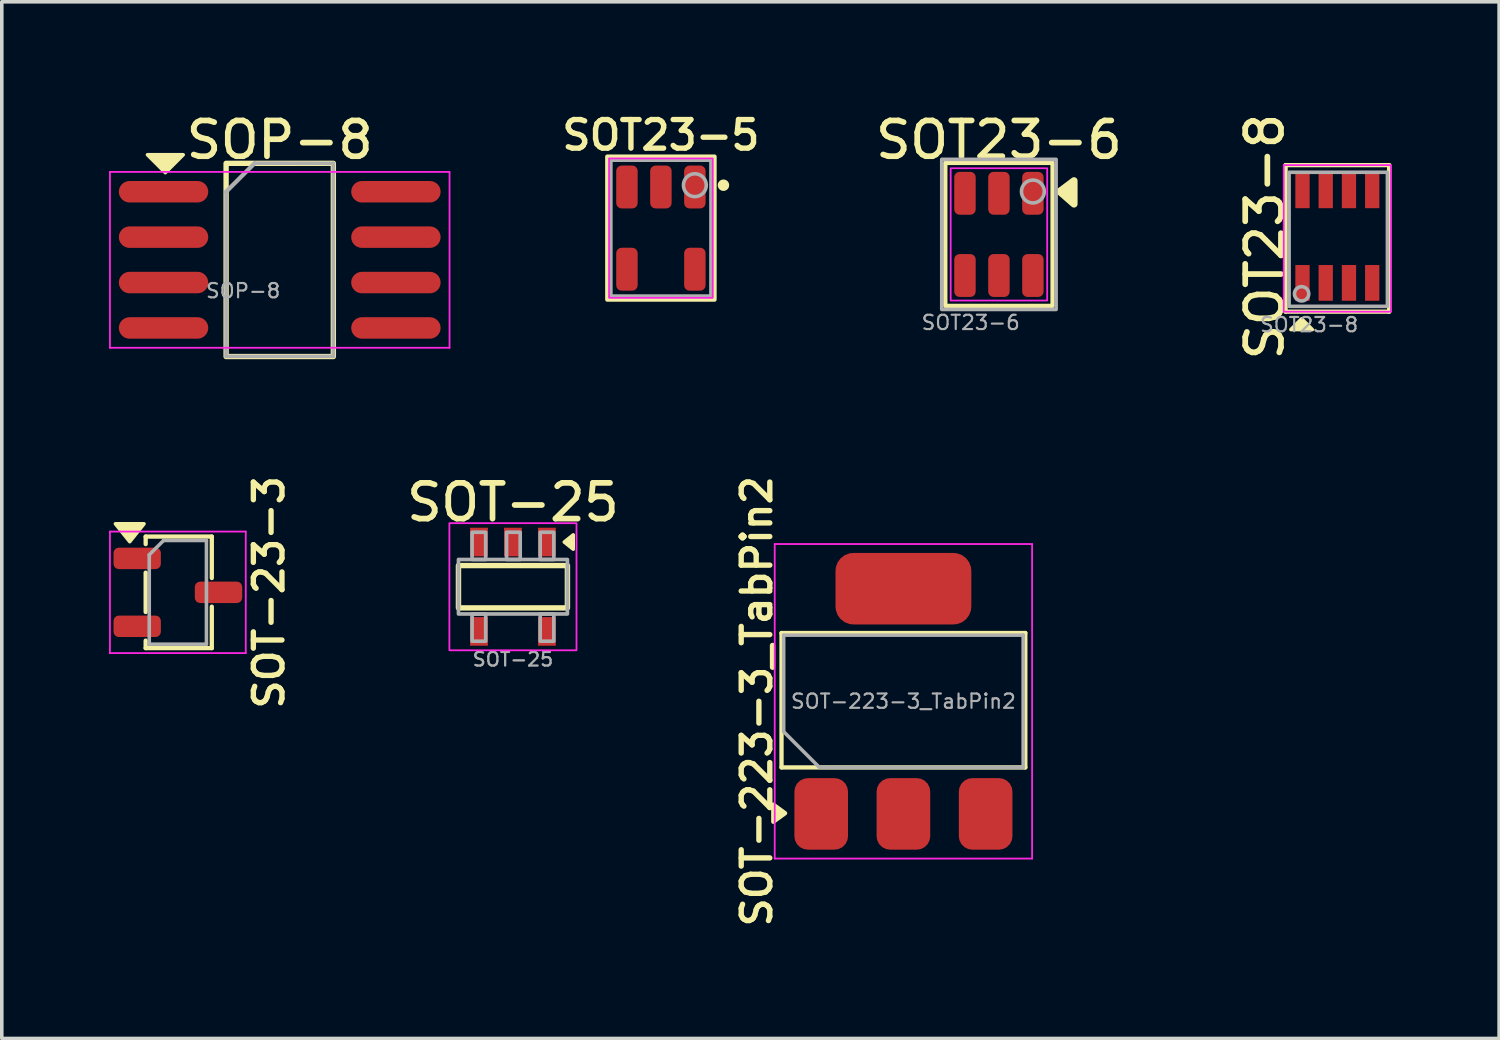
<source format=kicad_pcb>
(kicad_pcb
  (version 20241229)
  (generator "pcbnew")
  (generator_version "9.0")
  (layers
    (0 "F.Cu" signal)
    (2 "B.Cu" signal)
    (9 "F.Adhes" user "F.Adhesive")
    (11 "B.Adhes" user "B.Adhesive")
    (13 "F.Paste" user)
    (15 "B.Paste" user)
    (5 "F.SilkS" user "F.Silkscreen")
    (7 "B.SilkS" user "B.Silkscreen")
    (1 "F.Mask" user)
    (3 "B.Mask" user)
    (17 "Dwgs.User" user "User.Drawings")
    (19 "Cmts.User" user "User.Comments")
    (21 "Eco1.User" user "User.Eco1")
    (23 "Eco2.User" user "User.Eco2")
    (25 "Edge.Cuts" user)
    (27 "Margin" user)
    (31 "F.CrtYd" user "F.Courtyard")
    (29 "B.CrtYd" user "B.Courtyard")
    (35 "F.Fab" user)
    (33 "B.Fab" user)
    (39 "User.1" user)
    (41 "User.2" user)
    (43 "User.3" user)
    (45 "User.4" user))
  (footprint "SOT23-6"
    (layer "F.Cu")
    (at 24.894 3.507)
    (property "Reference" "SOT23-6" (at 0 -2.642 0) (unlocked yes) (layer "F.SilkS") (effects (font (size 1 1) (thickness 0.16) (bold yes))))
    (attr smd)
    (fp_rect (start -1.5 -2) (end 1.5 2) (stroke (width 0.12) (type default)) (fill no) (layer "F.SilkS"))
    (fp_poly (pts (xy 1.7 -1.2) (xy 2.1 -1.5) (xy 2.1 -0.85)) (stroke (width 0.2) (type solid)) (fill yes) (layer "F.SilkS"))
    (fp_rect (start -1.35 -1.85) (end 1.35 1.85) (stroke (width 0.05) (type default)) (fill no) (layer "F.CrtYd"))
    (fp_rect (start -1.6 -2.1) (end 1.6 2.1) (stroke (width 0.1) (type default)) (fill no) (layer "F.Fab"))
    (fp_circle (center 0.95 -1.2) (end 1.27 -1.2) (stroke (width 0.1) (type solid)) (fill no) (layer "F.Fab"))
    (fp_text user "${REFERENCE}" (at -2.2 2.7 0) (unlocked yes) (layer "F.Fab") (effects (font (size 0.4 0.4) (thickness 0.06)) (justify left bottom)))
    (pad "1" smd roundrect (at 0.95 -1.15) (size 0.6 1.2) (layers "F.Cu" "F.Mask" "F.Paste") (roundrect_rratio 0.25))
    (pad "2" smd roundrect (at 0 -1.15) (size 0.6 1.2) (layers "F.Cu" "F.Mask" "F.Paste") (roundrect_rratio 0.25))
    (pad "3" smd roundrect (at -0.95 -1.15) (size 0.6 1.2) (layers "F.Cu" "F.Mask" "F.Paste") (roundrect_rratio 0.25))
    (pad "4" smd roundrect (at -0.95 1.15) (size 0.6 1.2) (layers "F.Cu" "F.Mask" "F.Paste") (roundrect_rratio 0.25))
    (pad "5" smd roundrect (at 0 1.15) (size 0.6 1.2) (layers "F.Cu" "F.Mask" "F.Paste") (roundrect_rratio 0.25))
    (pad "6" smd roundrect (at 0.95 1.15) (size 0.6 1.2) (layers "F.Cu" "F.Mask" "F.Paste") (roundrect_rratio 0.25)))
  (footprint "SOT-223-3_TabPin2"
    (layer "F.Cu")
    (at 22.222 16.568)
    (property "Reference" "SOT-223-3_TabPin2" (at -4.1 0 90) (layer "F.SilkS") (effects (font (size 0.8 0.8) (thickness 0.15) (bold yes))))
    (attr smd)
    (fp_line (start -3.41 -1.91) (end 3.41 -1.91) (stroke (width 0.12) (type solid)) (layer "F.SilkS"))
    (fp_line (start -3.41 1.85) (end -3.41 -1.91) (stroke (width 0.12) (type solid)) (layer "F.SilkS"))
    (fp_line (start 3.41 1.85) (end -3.41 1.85) (stroke (width 0.12) (type solid)) (layer "F.SilkS"))
    (fp_line (start 3.41 1.85) (end 3.41 -1.91) (stroke (width 0.12) (type solid)) (layer "F.SilkS"))
    (fp_poly (pts (xy -3.31 3.13) (xy -3.64 3.37) (xy -3.64 2.89) (xy -3.31 3.13)) (stroke (width 0.12) (type solid)) (fill yes) (layer "F.SilkS"))
    (fp_line (start -3.6 -4.4) (end -3.6 4.4) (stroke (width 0.05) (type solid)) (layer "F.CrtYd"))
    (fp_line (start -3.6 4.4) (end 3.6 4.4) (stroke (width 0.05) (type solid)) (layer "F.CrtYd"))
    (fp_line (start 3.6 -4.4) (end -3.6 -4.4) (stroke (width 0.05) (type solid)) (layer "F.CrtYd"))
    (fp_line (start 3.6 4.4) (end 3.6 -4.4) (stroke (width 0.05) (type solid)) (layer "F.CrtYd"))
    (fp_line (start -3.35 -1.85) (end 3.35 -1.85) (stroke (width 0.1) (type solid)) (layer "F.Fab"))
    (fp_line (start -3.35 0.85) (end -3.35 -1.85) (stroke (width 0.1) (type solid)) (layer "F.Fab"))
    (fp_line (start -2.35 1.85) (end -3.35 0.85) (stroke (width 0.1) (type solid)) (layer "F.Fab"))
    (fp_line (start -2.35 1.85) (end 3.35 1.85) (stroke (width 0.1) (type solid)) (layer "F.Fab"))
    (fp_line (start 3.35 1.85) (end 3.35 -1.85) (stroke (width 0.1) (type solid)) (layer "F.Fab"))
    (fp_text user "${REFERENCE}" (at 0 0 180) (layer "F.Fab") (effects (font (size 0.4 0.4) (thickness 0.06))))
    (pad "1" smd roundrect (at -2.3 3.15 90) (size 2 1.5) (layers "F.Cu" "F.Mask" "F.Paste") (roundrect_rratio 0.25))
    (pad "2" smd roundrect (at 0 -3.15 90) (size 2 3.8) (layers "F.Cu" "F.Mask" "F.Paste") (roundrect_rratio 0.25))
    (pad "2" smd roundrect (at 0 3.15 90) (size 2 1.5) (layers "F.Cu" "F.Mask" "F.Paste") (roundrect_rratio 0.25))
    (pad "3" smd roundrect (at 2.3 3.15 90) (size 2 1.5) (layers "F.Cu" "F.Mask" "F.Paste") (roundrect_rratio 0.25)))
  (footprint "SOT-25"
    (layer "F.Cu")
    (at 11.299 13.363)
    (property "Reference" "SOT-25" (at 0 -2.36 0) (unlocked yes) (layer "F.SilkS") (effects (font (size 1 1) (thickness 0.16))))
    (attr smd)
    (fp_rect (start -1.524 -0.592) (end 1.524 0.592) (stroke (width 0.152) (type default)) (fill no) (layer "F.SilkS"))
    (fp_poly (pts (xy 1.436 -1.25) (xy 1.686 -1.05) (xy 1.686 -1.45)) (stroke (width 0.1) (type solid)) (fill yes) (layer "F.SilkS"))
    (fp_rect (start -1.778 -1.778) (end 1.778 1.778) (stroke (width 0.05) (type default)) (fill no) (layer "F.CrtYd"))
    (fp_rect (start -1.524 -0.762) (end 1.524 0.762) (stroke (width 0.102) (type solid)) (fill no) (layer "F.Fab"))
    (fp_rect (start -1.143 -1.524) (end -0.762 -0.762) (stroke (width 0.102) (type default)) (fill no) (layer "F.Fab"))
    (fp_rect (start -1.143 0.762) (end -0.762 1.524) (stroke (width 0.102) (type default)) (fill no) (layer "F.Fab"))
    (fp_rect (start -0.178 -1.524) (end 0.203 -0.762) (stroke (width 0.102) (type default)) (fill no) (layer "F.Fab"))
    (fp_rect (start 0.762 -1.524) (end 1.143 -0.762) (stroke (width 0.102) (type default)) (fill no) (layer "F.Fab"))
    (fp_rect (start 0.762 0.762) (end 1.143 1.524) (stroke (width 0.102) (type default)) (fill no) (layer "F.Fab"))
    (fp_text user "${REFERENCE}" (at 0 2.032 0) (unlocked yes) (layer "F.Fab") (effects (font (size 0.381 0.381) (thickness 0.064) (bold yes))))
    (pad "1" smd rect (at 0.95 -1.25 180) (size 0.5 0.8) (layers "F.Cu" "F.Mask" "F.Paste"))
    (pad "2" smd rect (at 0 -1.25 180) (size 0.5 0.8) (layers "F.Cu" "F.Mask" "F.Paste"))
    (pad "3" smd rect (at -0.95 -1.25 180) (size 0.5 0.8) (layers "F.Cu" "F.Mask" "F.Paste"))
    (pad "4" smd rect (at -0.95 1.25 180) (size 0.5 0.8) (layers "F.Cu" "F.Mask" "F.Paste"))
    (pad "5" smd rect (at 0.95 1.25 180) (size 0.5 0.8) (layers "F.Cu" "F.Mask" "F.Paste")))
  (footprint "SOT23-5"
    (layer "F.Cu")
    (at 15.438 3.331)
    (property "Reference" "SOT23-5" (at 0 -2.6 0) (unlocked yes) (layer "F.SilkS") (effects (font (size 0.8 0.8) (thickness 0.15))))
    (attr smd)
    (fp_rect (start -1.5 -2) (end 1.5 2) (stroke (width 0.12) (type default)) (fill no) (layer "F.SilkS"))
    (fp_circle (center 1.75 -1.2) (end 1.85 -1.2) (stroke (width 0.12) (type solid)) (fill yes) (layer "F.SilkS"))
    (fp_rect (start -1.45 -1.95) (end 1.45 1.95) (stroke (width 0.05) (type default)) (fill no) (layer "F.CrtYd"))
    (fp_rect (start -1.4 -1.9) (end 1.4 1.9) (stroke (width 0.1) (type default)) (fill no) (layer "F.Fab"))
    (fp_circle (center 0.95 -1.2) (end 1.27 -1.2) (stroke (width 0.1) (type solid)) (fill no) (layer "F.Fab"))
    (pad "1" smd roundrect (at 0.95 -1.15) (size 0.6 1.2) (layers "F.Cu" "F.Mask" "F.Paste") (roundrect_rratio 0.25))
    (pad "2" smd roundrect (at 0 -1.15) (size 0.6 1.2) (layers "F.Cu" "F.Mask" "F.Paste") (roundrect_rratio 0.25))
    (pad "3" smd roundrect (at -0.95 -1.15) (size 0.6 1.2) (layers "F.Cu" "F.Mask" "F.Paste") (roundrect_rratio 0.25))
    (pad "4" smd roundrect (at -0.95 1.15) (size 0.6 1.2) (layers "F.Cu" "F.Mask" "F.Paste") (roundrect_rratio 0.25))
    (pad "5" smd roundrect (at 0.95 1.15) (size 0.6 1.2) (layers "F.Cu" "F.Mask" "F.Paste") (roundrect_rratio 0.25)))
  (footprint "SOT23-8"
    (layer "F.Cu")
    (at 34.361 3.569)
    (property "Reference" "SOT23-8" (at -2.032 0 90) (layer "F.SilkS") (effects (font (size 1 1) (thickness 0.16))))
    (attr smd)
    (fp_line (start -1.448 -2) (end 1.448 -2) (stroke (width 0.12) (type default)) (layer "F.SilkS"))
    (fp_line (start -1.448 2.1) (end -1.448 -2) (stroke (width 0.12) (type default)) (layer "F.SilkS"))
    (fp_line (start 1.448 -2) (end 1.448 2.1) (stroke (width 0.12) (type default)) (layer "F.SilkS"))
    (fp_line (start 1.448 2.1) (end -1.448 2.1) (stroke (width 0.12) (type default)) (layer "F.SilkS"))
    (fp_poly (pts (xy -1 2.3) (xy -1.3 2.6) (xy -0.7 2.6)) (stroke (width 0.1) (type solid)) (fill yes) (layer "F.SilkS"))
    (fp_rect (start -1.5 -2) (end 1.5 2.1) (stroke (width 0.05) (type default)) (fill no) (layer "F.CrtYd"))
    (fp_rect (start -1.35 -1.8) (end 1.4 1.95) (stroke (width 0.1) (type default)) (fill no) (layer "F.Fab"))
    (fp_circle (center -1 1.6) (end -0.8 1.6) (stroke (width 0.1) (type solid)) (fill no) (layer "F.Fab"))
    (fp_text user "${REFERENCE}" (at -2.2 2.7 0) (unlocked yes) (layer "F.Fab") (effects (font (size 0.4 0.4) (thickness 0.06)) (justify left bottom)))
    (pad "1" smd rect (at -0.975 1.295) (size 0.4 1) (layers "F.Cu" "F.Mask" "F.Paste"))
    (pad "2" smd rect (at -0.325 1.295) (size 0.4 1) (layers "F.Cu" "F.Mask" "F.Paste"))
    (pad "3" smd rect (at 0.325 1.295) (size 0.4 1) (layers "F.Cu" "F.Mask" "F.Paste"))
    (pad "4" smd rect (at 0.975 1.295) (size 0.4 1) (layers "F.Cu" "F.Mask" "F.Paste"))
    (pad "5" smd rect (at 0.975 -1.295) (size 0.4 1) (layers "F.Cu" "F.Mask" "F.Paste"))
    (pad "6" smd rect (at 0.325 -1.295) (size 0.4 1) (layers "F.Cu" "F.Mask" "F.Paste"))
    (pad "7" smd rect (at -0.325 -1.295) (size 0.4 1) (layers "F.Cu" "F.Mask" "F.Paste"))
    (pad "8" smd rect (at -0.975 -1.295) (size 0.4 1) (layers "F.Cu" "F.Mask" "F.Paste")))
  (footprint "SOT-23-3"
    (layer "F.Cu")
    (at 1.925 13.52)
    (property "Reference" "SOT-23-3" (at 2.55 0 90) (layer "F.SilkS") (effects (font (size 0.8 0.8) (thickness 0.15))))
    (attr smd)
    (fp_line (start -0.9 -1.56) (end -0.9 -1.35) (stroke (width 0.12) (type default)) (layer "F.SilkS"))
    (fp_line (start -0.9 -1.56) (end 0.95 -1.56) (stroke (width 0.12) (type solid)) (layer "F.SilkS"))
    (fp_line (start -0.9 0.55) (end -0.9 -0.55) (stroke (width 0.12) (type default)) (layer "F.SilkS"))
    (fp_line (start -0.9 1.35) (end -0.9 1.56) (stroke (width 0.12) (type default)) (layer "F.SilkS"))
    (fp_line (start 0.95 -1.56) (end 0.95 -0.4) (stroke (width 0.12) (type default)) (layer "F.SilkS"))
    (fp_line (start 0.95 1.56) (end -0.9 1.56) (stroke (width 0.12) (type solid)) (layer "F.SilkS"))
    (fp_line (start 0.95 1.56) (end 0.95 0.4) (stroke (width 0.12) (type default)) (layer "F.SilkS"))
    (fp_poly (pts (xy -1.346 -1.417) (xy -0.946 -1.917) (xy -1.746 -1.917)) (stroke (width 0.1) (type solid)) (fill yes) (layer "F.SilkS"))
    (fp_line (start -1.9 -1.7) (end -1.9 1.7) (stroke (width 0.05) (type solid)) (layer "F.CrtYd"))
    (fp_line (start -1.9 1.7) (end 1.9 1.7) (stroke (width 0.05) (type solid)) (layer "F.CrtYd"))
    (fp_line (start 1.9 -1.7) (end -1.9 -1.7) (stroke (width 0.05) (type solid)) (layer "F.CrtYd"))
    (fp_line (start 1.9 1.7) (end 1.9 -1.7) (stroke (width 0.05) (type solid)) (layer "F.CrtYd"))
    (fp_line (start -0.8 -1.05) (end -0.4 -1.45) (stroke (width 0.1) (type solid)) (layer "F.Fab"))
    (fp_line (start -0.8 1.45) (end -0.8 -1.05) (stroke (width 0.1) (type solid)) (layer "F.Fab"))
    (fp_line (start -0.4 -1.45) (end 0.8 -1.45) (stroke (width 0.1) (type solid)) (layer "F.Fab"))
    (fp_line (start 0.8 -1.45) (end 0.8 1.45) (stroke (width 0.1) (type solid)) (layer "F.Fab"))
    (fp_line (start 0.8 1.45) (end -0.8 1.45) (stroke (width 0.1) (type solid)) (layer "F.Fab"))
    (pad "1" smd roundrect (at -1.137 -0.95) (size 1.325 0.6) (layers "F.Cu" "F.Mask" "F.Paste") (roundrect_rratio 0.25))
    (pad "2" smd roundrect (at -1.137 0.95) (size 1.325 0.6) (layers "F.Cu" "F.Mask" "F.Paste") (roundrect_rratio 0.25))
    (pad "3" smd roundrect (at 1.137 0) (size 1.325 0.6) (layers "F.Cu" "F.Mask" "F.Paste") (roundrect_rratio 0.25)))
  (footprint "SOP-8"
    (layer "F.Cu")
    (at 4.775 4.219)
    (property "Reference" "SOP-8" (at 0 -3.353 0) (layer "F.SilkS") (effects (font (size 1 1) (thickness 0.16))))
    (attr through_hole)
    (fp_rect (start -1.5 -2.7) (end 1.5 2.705) (stroke (width 0.15) (type default)) (fill no) (layer "F.SilkS"))
    (fp_poly (pts (xy -3.2 -2.44) (xy -2.7 -2.94) (xy -3.7 -2.94)) (stroke (width 0.1) (type solid)) (fill yes) (layer "F.SilkS"))
    (fp_line (start -4.75 -2.46) (end 4.75 -2.46) (stroke (width 0.05) (type default)) (layer "F.CrtYd"))
    (fp_line (start -4.75 2.46) (end -4.75 -2.46) (stroke (width 0.05) (type default)) (layer "F.CrtYd"))
    (fp_line (start 4.75 -2.46) (end 4.75 2.46) (stroke (width 0.05) (type default)) (layer "F.CrtYd"))
    (fp_line (start 4.75 2.46) (end -4.75 2.46) (stroke (width 0.05) (type default)) (layer "F.CrtYd"))
    (fp_line (start -1.5 -1.905) (end -0.7 -2.705) (stroke (width 0.12) (type default)) (layer "F.Fab"))
    (fp_line (start -1.5 2.7) (end -1.5 -1.905) (stroke (width 0.1) (type default)) (layer "F.Fab"))
    (fp_line (start -0.7 -2.705) (end 1.5 -2.7) (stroke (width 0.1) (type default)) (layer "F.Fab"))
    (fp_line (start 1.5 -2.7) (end 1.5 2.7) (stroke (width 0.1) (type default)) (layer "F.Fab"))
    (fp_line (start 1.5 2.7) (end -1.5 2.7) (stroke (width 0.1) (type default)) (layer "F.Fab"))
    (fp_text user "${REFERENCE}" (at -2.1 1.1 0) (unlocked yes) (layer "F.Fab") (effects (font (size 0.4 0.4) (thickness 0.06)) (justify left bottom)))
    (pad "1" smd oval (at -3.25 -1.905 270) (size 0.6 2.5) (layers "F.Cu" "F.Mask" "F.Paste"))
    (pad "2" smd oval (at -3.25 -0.635 270) (size 0.6 2.5) (layers "F.Cu" "F.Mask" "F.Paste"))
    (pad "3" smd oval (at -3.25 0.635 270) (size 0.6 2.5) (layers "F.Cu" "F.Mask" "F.Paste"))
    (pad "4" smd oval (at -3.25 1.905 270) (size 0.6 2.5) (layers "F.Cu" "F.Mask" "F.Paste"))
    (pad "5" smd oval (at 3.25 1.905 270) (size 0.6 2.5) (layers "F.Cu" "F.Mask" "F.Paste"))
    (pad "6" smd oval (at 3.25 0.635 270) (size 0.6 2.5) (layers "F.Cu" "F.Mask" "F.Paste"))
    (pad "7" smd oval (at 3.25 -0.635 270) (size 0.6 2.5) (layers "F.Cu" "F.Mask" "F.Paste"))
    (pad "8" smd oval (at 3.25 -1.905 270) (size 0.6 2.5) (layers "F.Cu" "F.Mask" "F.Paste")))
  (gr_rect
    (start -3 -3)
    (end 38.886 25.999)
    (stroke (width 0.1) (type default))
    (fill no)
    (layer "Edge.Cuts")))
</source>
